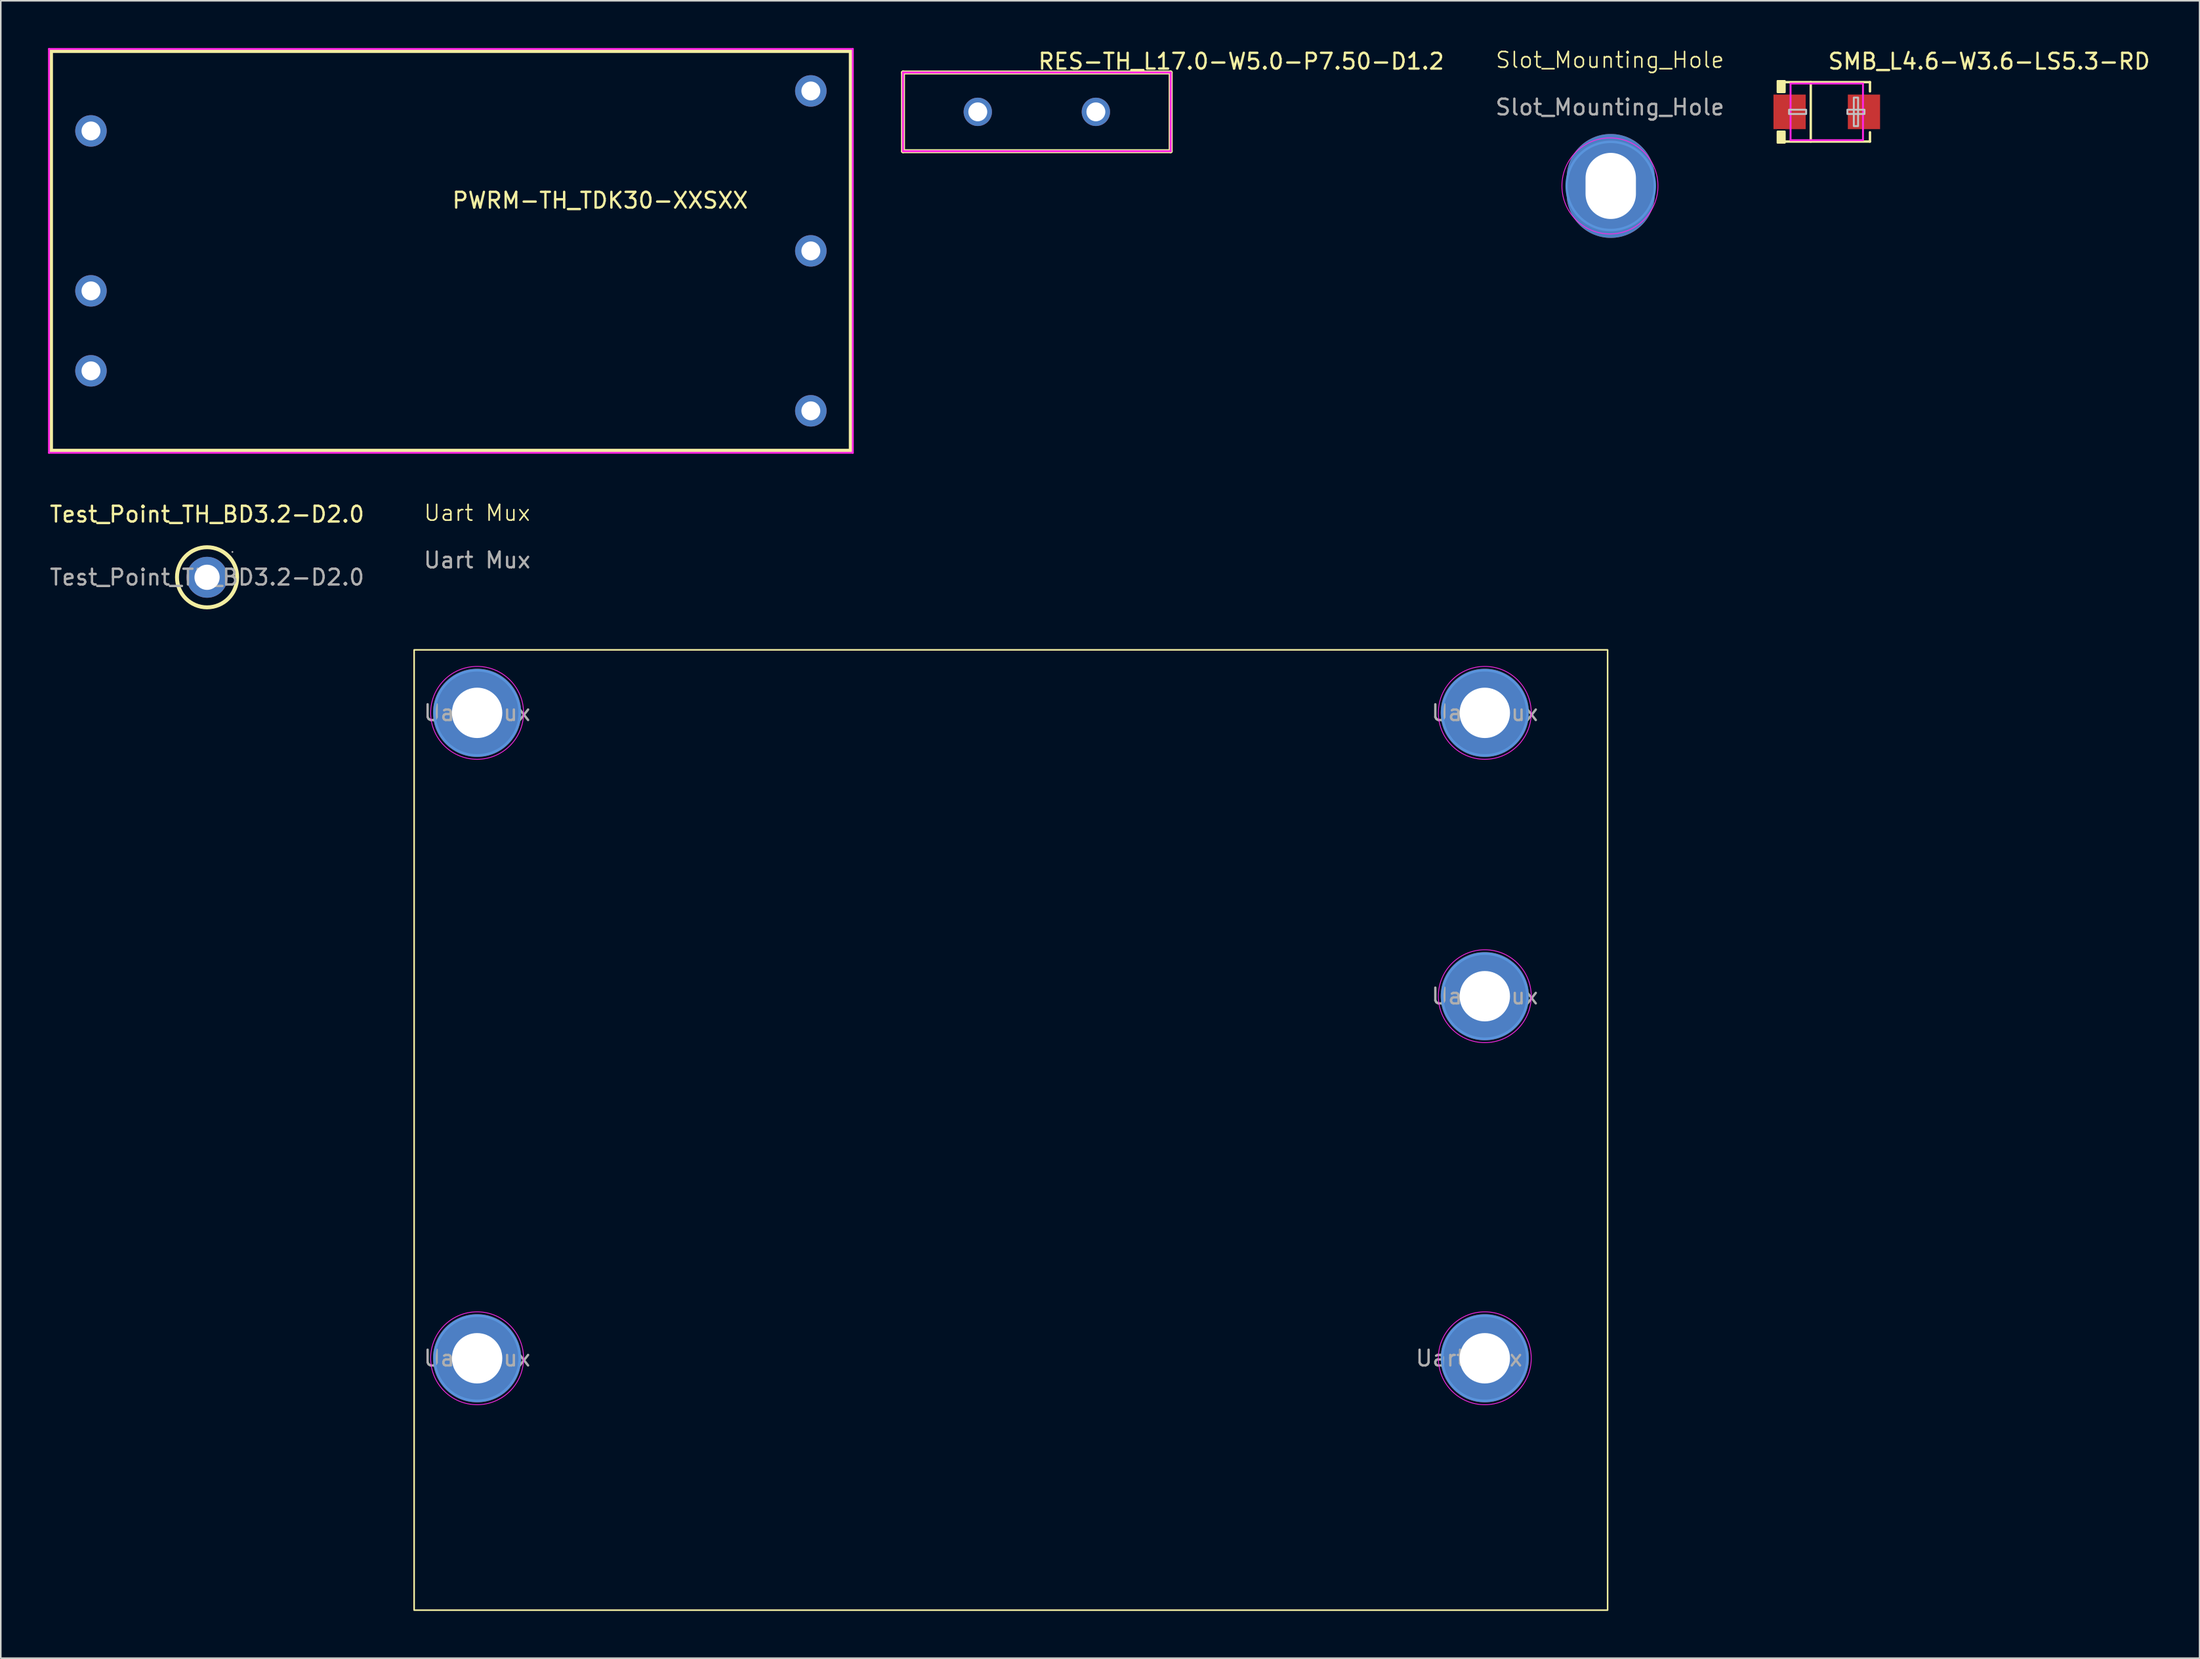
<source format=kicad_pcb>
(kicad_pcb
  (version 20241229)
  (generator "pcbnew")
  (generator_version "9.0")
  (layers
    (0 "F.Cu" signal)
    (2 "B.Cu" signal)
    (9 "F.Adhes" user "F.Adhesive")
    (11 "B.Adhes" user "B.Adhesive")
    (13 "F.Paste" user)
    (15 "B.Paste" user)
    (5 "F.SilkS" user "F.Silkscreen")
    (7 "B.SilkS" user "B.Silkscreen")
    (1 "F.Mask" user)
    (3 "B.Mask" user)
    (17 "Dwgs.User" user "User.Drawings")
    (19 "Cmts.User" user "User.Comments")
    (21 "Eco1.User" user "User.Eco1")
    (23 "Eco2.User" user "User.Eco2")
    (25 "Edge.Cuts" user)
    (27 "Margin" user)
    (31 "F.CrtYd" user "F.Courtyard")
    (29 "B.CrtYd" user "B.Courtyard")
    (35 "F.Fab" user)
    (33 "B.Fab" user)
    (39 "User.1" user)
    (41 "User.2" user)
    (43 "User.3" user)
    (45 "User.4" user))
  (footprint "Uart Mux"
    (layer "F.Cu")
    (at 27.252 42.234)
    (property "Reference" "Uart Mux" (at 0 -12.7 0) (unlocked yes) (layer "F.SilkS") (effects (font (size 1 1) (thickness 0.1))))
    (attr through_hole)
    (fp_rect (start -4 -4) (end 71.8 57) (stroke (width 0.1) (type default)) (fill no) (layer "F.SilkS"))
    (fp_circle (center 0 0) (end 2.7 0) (stroke (width 0.15) (type solid)) (fill no) (layer "Cmts.User"))
    (fp_circle (center 0 41) (end 2.7 41) (stroke (width 0.15) (type solid)) (fill no) (layer "Cmts.User"))
    (fp_circle (center 64 0) (end 66.7 0) (stroke (width 0.15) (type solid)) (fill no) (layer "Cmts.User"))
    (fp_circle (center 64 18) (end 66.7 18) (stroke (width 0.15) (type solid)) (fill no) (layer "Cmts.User"))
    (fp_circle (center 64 41) (end 66.7 41) (stroke (width 0.15) (type solid)) (fill no) (layer "Cmts.User"))
    (fp_circle (center 0 0) (end 2.95 0) (stroke (width 0.05) (type solid)) (fill no) (layer "F.CrtYd"))
    (fp_circle (center 0 41) (end 2.95 41) (stroke (width 0.05) (type solid)) (fill no) (layer "F.CrtYd"))
    (fp_circle (center 64 0) (end 66.95 0) (stroke (width 0.05) (type solid)) (fill no) (layer "F.CrtYd"))
    (fp_circle (center 64 18) (end 66.95 18) (stroke (width 0.05) (type solid)) (fill no) (layer "F.CrtYd"))
    (fp_circle (center 64 41) (end 66.95 41) (stroke (width 0.05) (type solid)) (fill no) (layer "F.CrtYd"))
    (fp_text user "${REFERENCE}" (at 64 0 0) (layer "F.Fab") (effects (font (size 1 1) (thickness 0.15))))
    (fp_text user "${REFERENCE}" (at 0 0 0) (layer "F.Fab") (effects (font (size 1 1) (thickness 0.15))))
    (fp_text user "${REFERENCE}" (at 64 18 0) (layer "F.Fab") (effects (font (size 1 1) (thickness 0.15))))
    (fp_text user "${REFERENCE}" (at 63 41 0) (layer "F.Fab") (effects (font (size 1 1) (thickness 0.15))))
    (fp_text user "${REFERENCE}" (at 0 41 0) (layer "F.Fab") (effects (font (size 1 1) (thickness 0.15))))
    (fp_text user "${REFERENCE}" (at 0 -9.7 0) (unlocked yes) (layer "F.Fab") (effects (font (size 1 1) (thickness 0.15))))
    (pad "1" thru_hole circle (at 0 0) (size 5.6 5.6) (drill 3.2) (layers "*.Cu" "*.Mask"))
    (pad "1" thru_hole circle (at 0 41) (size 5.6 5.6) (drill 3.2) (layers "*.Cu" "*.Mask"))
    (pad "1" thru_hole circle (at 64 0) (size 5.6 5.6) (drill 3.2) (layers "*.Cu" "*.Mask"))
    (pad "1" thru_hole circle (at 64 18) (size 5.6 5.6) (drill 3.2) (layers "*.Cu" "*.Mask"))
    (pad "1" thru_hole circle (at 64 41) (size 5.6 5.6) (drill 3.2) (layers "*.Cu" "*.Mask")))
  (footprint "RES-TH_L17.0-W5.0-P7.50-D1.2"
    (layer "F.Cu")
    (at 62.801 4.055)
    (property "Reference" "RES-TH_L17.0-W5.0-P7.50-D1.2" (at 0 -3.207 0) (layer "F.SilkS") (effects (font (size 1 1) (thickness 0.15)) (justify left)))
    (attr through_hole)
    (fp_line (start -8.5 -2.5) (end 8.5 -2.5) (stroke (width 0.254) (type solid)) (layer "F.SilkS"))
    (fp_line (start -8.5 2.5) (end -8.5 -2.5) (stroke (width 0.254) (type solid)) (layer "F.SilkS"))
    (fp_line (start 8.5 -2.5) (end 8.5 2.5) (stroke (width 0.254) (type solid)) (layer "F.SilkS"))
    (fp_line (start 8.5 2.5) (end -8.5 2.5) (stroke (width 0.254) (type solid)) (layer "F.SilkS"))
    (fp_circle (center -8.5 2.5) (end -8.47 2.5) (stroke (width 0.06) (type solid)) (fill no) (layer "Eco2.User"))
    (fp_circle (center -3.75 0) (end -3.55 0) (stroke (width 0.4) (type solid)) (fill no) (layer "Eco2.User"))
    (fp_circle (center 3.75 0) (end 3.95 0) (stroke (width 0.4) (type solid)) (fill no) (layer "Eco2.User"))
    (fp_line (start -8.5 -2.5) (end 8.5 -2.5) (stroke (width 0.12) (type solid)) (layer "F.CrtYd"))
    (fp_line (start -8.5 2.5) (end -8.5 -2.5) (stroke (width 0.12) (type solid)) (layer "F.CrtYd"))
    (fp_line (start 8.5 -2.5) (end 8.5 2.5) (stroke (width 0.12) (type solid)) (layer "F.CrtYd"))
    (fp_line (start 8.5 2.5) (end -8.5 2.5) (stroke (width 0.12) (type solid)) (layer "F.CrtYd"))
    (pad "1" thru_hole circle (at -3.75 0) (size 1.8 1.8) (drill 1.2) (layers "*.Cu" "*.Mask"))
    (pad "2" thru_hole circle (at 3.75 0) (size 1.8 1.8) (drill 1.2) (layers "*.Cu" "*.Mask")))
  (footprint "PWRM-TH_TDK30-XXSXX"
    (layer "F.Cu")
    (at 25.587 12.887)
    (property "Reference" "PWRM-TH_TDK30-XXSXX" (at 0 -3.207 0) (layer "F.SilkS") (effects (font (size 1 1) (thickness 0.15)) (justify left)))
    (attr through_hole)
    (fp_line (start -25.4 -12.7) (end -25.4 12.7) (stroke (width 0.254) (type solid)) (layer "F.SilkS"))
    (fp_line (start -25.4 12.7) (end 25.4 12.7) (stroke (width 0.254) (type solid)) (layer "F.SilkS"))
    (fp_line (start 25.4 -12.7) (end -25.4 -12.7) (stroke (width 0.254) (type solid)) (layer "F.SilkS"))
    (fp_line (start 25.4 12.7) (end 25.4 -12.7) (stroke (width 0.254) (type solid)) (layer "F.SilkS"))
    (fp_circle (center -25.527 12.827) (end -25.497 12.827) (stroke (width 0.06) (type solid)) (fill no) (layer "Eco2.User"))
    (fp_circle (center -22.86 -7.62) (end -22.61 -7.62) (stroke (width 0.5) (type solid)) (fill no) (layer "Eco2.User"))
    (fp_circle (center -22.86 2.54) (end -22.61 2.54) (stroke (width 0.5) (type solid)) (fill no) (layer "Eco2.User"))
    (fp_circle (center -22.86 7.62) (end -22.61 7.62) (stroke (width 0.5) (type solid)) (fill no) (layer "Eco2.User"))
    (fp_circle (center 22.86 -10.16) (end 23.11 -10.16) (stroke (width 0.5) (type solid)) (fill no) (layer "Eco2.User"))
    (fp_circle (center 22.86 0) (end 23.11 0) (stroke (width 0.5) (type solid)) (fill no) (layer "Eco2.User"))
    (fp_circle (center 22.86 10.16) (end 23.11 10.16) (stroke (width 0.5) (type solid)) (fill no) (layer "Eco2.User"))
    (fp_line (start -25.527 -12.827) (end 25.527 -12.827) (stroke (width 0.12) (type solid)) (layer "F.CrtYd"))
    (fp_line (start -25.527 12.827) (end -25.527 -12.827) (stroke (width 0.12) (type solid)) (layer "F.CrtYd"))
    (fp_line (start 25.527 -12.827) (end 25.527 12.827) (stroke (width 0.12) (type solid)) (layer "F.CrtYd"))
    (fp_line (start 25.527 12.827) (end -25.527 12.827) (stroke (width 0.12) (type solid)) (layer "F.CrtYd"))
    (pad "1" thru_hole circle (at -22.86 7.62) (size 2 2) (drill 1.2) (layers "*.Cu" "*.Mask"))
    (pad "2" thru_hole circle (at -22.86 2.54) (size 2 2) (drill 1.2) (layers "*.Cu" "*.Mask"))
    (pad "3" thru_hole circle (at -22.86 -7.62) (size 2 2) (drill 1.2) (layers "*.Cu" "*.Mask"))
    (pad "4" thru_hole circle (at 22.86 -10.16) (size 2 2) (drill 1.2) (layers "*.Cu" "*.Mask"))
    (pad "5" thru_hole circle (at 22.86 0) (size 2 2) (drill 1.2) (layers "*.Cu" "*.Mask"))
    (pad "6" thru_hole circle (at 22.86 10.16) (size 2 2) (drill 1.2) (layers "*.Cu" "*.Mask")))
  (footprint "Test_Point_TH_BD3.2-D2.0"
    (layer "F.Cu")
    (at 10.101 33.622)
    (property "Reference" "Test_Point_TH_BD3.2-D2.0" (at 0 -4 0) (layer "F.SilkS") (effects (font (size 1 1) (thickness 0.15))))
    (attr through_hole)
    (fp_circle (center 0 0) (end 1.91 0) (stroke (width 0.25) (type solid)) (fill no) (layer "F.SilkS"))
    (fp_circle (center 1.61 -1.61) (end 1.64 -1.61) (stroke (width 0.06) (type solid)) (fill no) (layer "F.Fab"))
    (fp_text user "${REFERENCE}" (at 0 0 0) (layer "F.Fab") (effects (font (size 1 1) (thickness 0.15))))
    (pad "1" thru_hole circle (at 0 0) (size 2.6 2.6) (drill 1.6) (layers "*.Cu" "*.Mask")))
  (footprint "SMB_L4.6-W3.6-LS5.3-RD"
    (layer "F.Cu")
    (at 112.971 4.055)
    (property "Reference" "SMB_L4.6-W3.6-LS5.3-RD" (at 0 -3.207 0) (layer "F.SilkS") (effects (font (size 1 1) (thickness 0.15)) (justify left)))
    (attr through_hole)
    (fp_line (start -2.744 -1.886) (end 2.744 -1.886) (stroke (width 0.152) (type solid)) (layer "F.SilkS"))
    (fp_line (start -2.744 1.886) (end 2.744 1.886) (stroke (width 0.152) (type solid)) (layer "F.SilkS"))
    (fp_line (start -1.016 -1.886) (end -1.016 1.886) (stroke (width 0.152) (type solid)) (layer "F.SilkS"))
    (fp_line (start 2.744 -1.886) (end 2.744 -1.299) (stroke (width 0.152) (type solid)) (layer "F.SilkS"))
    (fp_line (start 2.744 1.886) (end 2.744 1.299) (stroke (width 0.152) (type solid)) (layer "F.SilkS"))
    (fp_poly (pts (xy -2.668 -1.962) (xy -2.668 -1.249) (xy -3.125 -1.249) (xy -3.125 -1.962)) (stroke (width 0.12) (type solid)) (fill yes) (layer "F.SilkS"))
    (fp_poly (pts (xy -2.668 1.962) (xy -2.668 1.249) (xy -3.125 1.249) (xy -3.125 1.962)) (stroke (width 0.12) (type solid)) (fill yes) (layer "F.SilkS"))
    (fp_poly (pts (xy -2.396 0.136) (xy -2.396 -0.136) (xy -1.31 -0.136) (xy -1.31 0.136)) (stroke (width 0.12) (type solid)) (fill no) (layer "Dwgs.User"))
    (fp_poly (pts (xy 1.989 0.905) (xy 1.989 -0.905) (xy 1.717 -0.905) (xy 1.717 0.905)) (stroke (width 0.12) (type solid)) (fill no) (layer "Dwgs.User"))
    (fp_poly (pts (xy 2.396 0.136) (xy 2.396 -0.136) (xy 1.31 -0.136) (xy 1.31 0.136)) (stroke (width 0.12) (type solid)) (fill no) (layer "Dwgs.User"))
    (fp_circle (center -2.649 1.8) (end -2.62 1.8) (stroke (width 0.06) (type solid)) (fill no) (layer "Eco2.User"))
    (fp_poly (pts (xy -2.649 1.015) (xy -2.649 -1.015) (xy -1.509 -1.015) (xy -1.509 1.015)) (stroke (width 0.12) (type solid)) (fill no) (layer "Eco2.User"))
    (fp_poly (pts (xy 2.649 1.015) (xy 2.649 -1.015) (xy 1.509 -1.015) (xy 1.509 1.015)) (stroke (width 0.12) (type solid)) (fill no) (layer "Eco2.User"))
    (fp_line (start -2.3 -1.8) (end 2.3 -1.8) (stroke (width 0.12) (type solid)) (layer "F.CrtYd"))
    (fp_line (start -2.3 1.8) (end -2.3 -1.8) (stroke (width 0.12) (type solid)) (layer "F.CrtYd"))
    (fp_line (start 2.3 -1.8) (end 2.3 1.8) (stroke (width 0.12) (type solid)) (layer "F.CrtYd"))
    (fp_line (start 2.3 1.8) (end -2.3 1.8) (stroke (width 0.12) (type solid)) (layer "F.CrtYd"))
    (pad "1" smd rect (at -2.361 0) (size 2.047 2.192) (layers "F.Cu" "F.Mask" "F.Paste"))
    (pad "2" smd rect (at 2.361 0) (size 2.047 2.192) (layers "F.Cu" "F.Mask" "F.Paste")))
  (footprint "Slot_Mounting_Hole"
    (layer "F.Cu")
    (at 99.2 8.761)
    (property "Reference" "Slot_Mounting_Hole" (at 0 -8 0) (unlocked yes) (layer "F.SilkS") (effects (font (size 1 1) (thickness 0.1))))
    (attr through_hole)
    (fp_circle (center 0.05 0) (end 2.85 0) (stroke (width 0.15) (type solid)) (fill no) (layer "Cmts.User"))
    (fp_circle (center 0 0) (end 3.05 0) (stroke (width 0.05) (type solid)) (fill no) (layer "F.CrtYd"))
    (fp_text user "${REFERENCE}" (at 0 -5 0) (unlocked yes) (layer "F.Fab") (effects (font (size 1 1) (thickness 0.15))))
    (pad "1" thru_hole oval (at 0.05 0) (size 5.6 6.6) (drill oval 3.2 4.2) (layers "*.Cu" "*.Mask")))
  (gr_rect
    (start -3 -3)
    (end 136.65 102.284)
    (stroke (width 0.1) (type default))
    (fill no)
    (layer "Edge.Cuts")))
</source>
